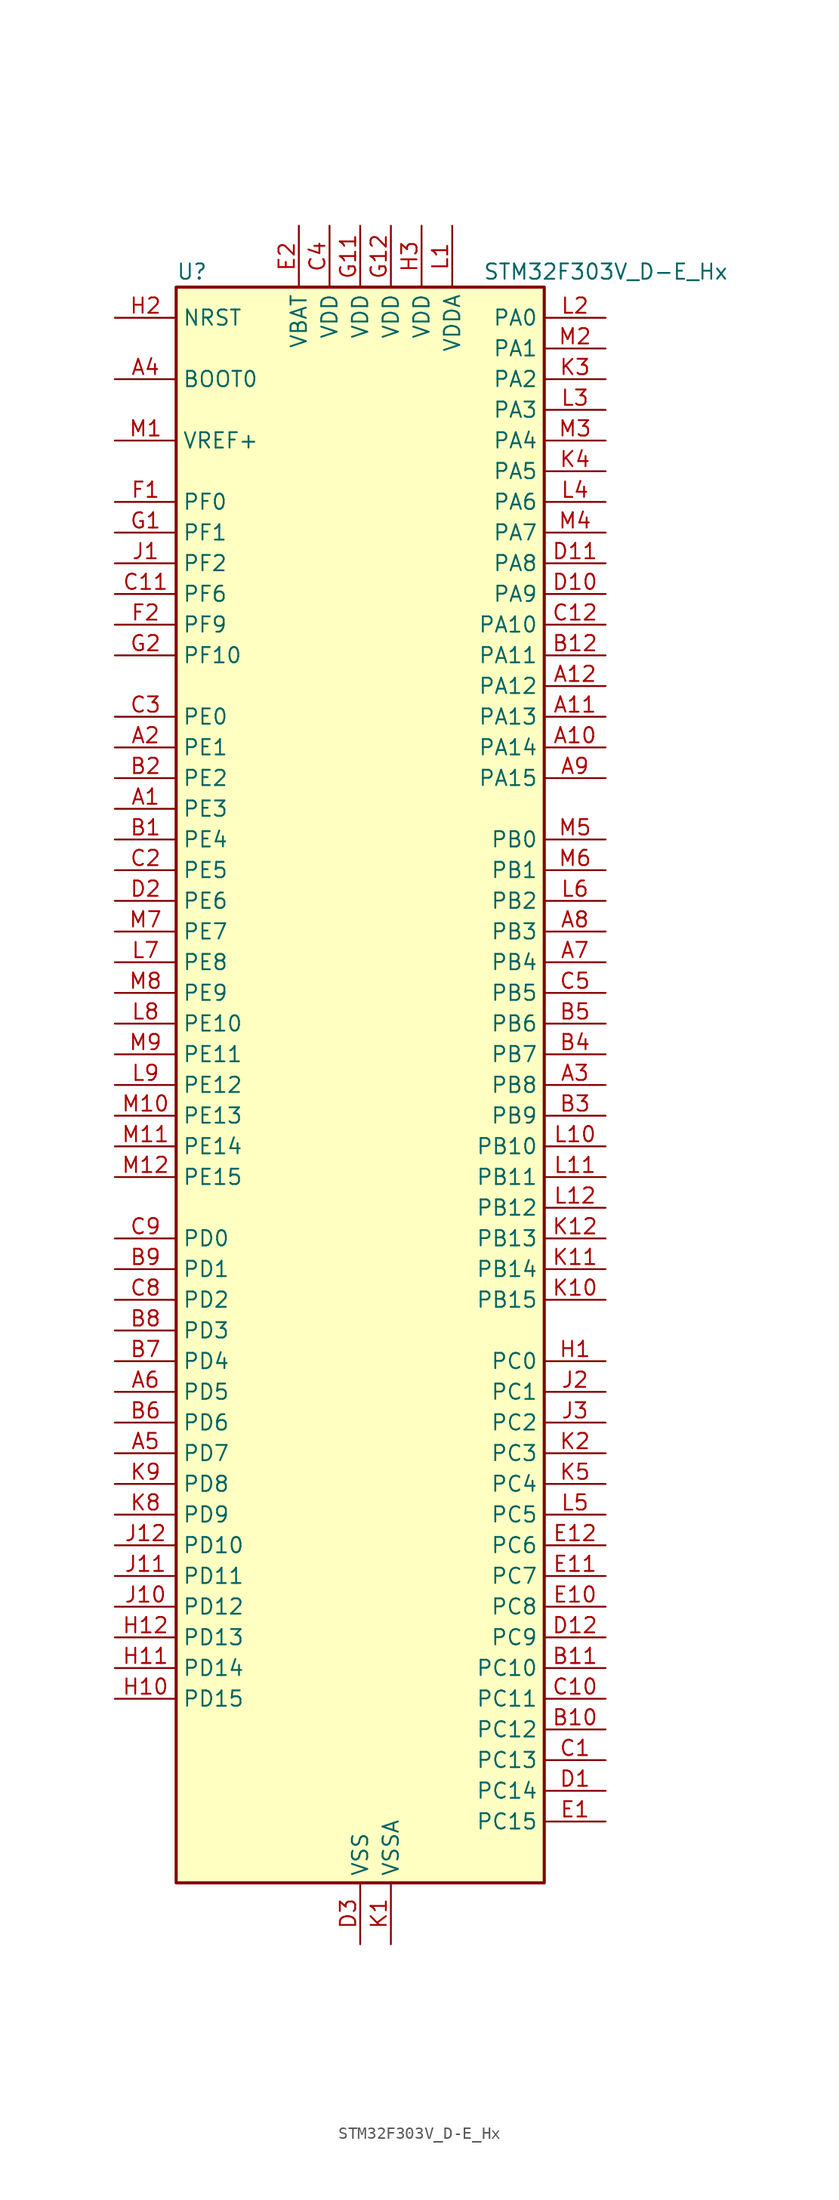
<source format=kicad_sym>
(kicad_symbol_lib
  (version 20220914)
  (generator kicad_symbol_editor)
  (symbol "STM32F303V_D-E_Hx"
    (property "Reference" "U"
      (at -15.24 67.31 0)
      (effects (font (size 1.27 1.27)) (justify left)))
    (property "Value" "STM32F303V_D-E_Hx"
      (at 10.16 67.31 0)
      (effects (font (size 1.27 1.27)) (justify left)))
    (property "ki_locked" ""
      (at 0 0 0)
      (effects (font (size 1.27 1.27))))
    (symbol "STM32F303V_D-E_Hx_0_1"
      (rectangle (start -15.24 -66.04) (end 15.24 66.04) (stroke (width 0.254) (type default)) (fill (type background))))
    (symbol "STM32F303V_D-E_Hx_1_1"
      (pin bidirectional line (at -20.32 22.86 0) (length 5.08) (name "PE3" (effects (font (size 1.27 1.27)))) (number "A1" (effects (font (size 1.27 1.27)))) (alternate "FMC_A19" bidirectional line) (alternate "SPI4_NSS" bidirectional line) (alternate "SYS_TRACED0" bidirectional line) (alternate "TIM20_CH2" bidirectional line) (alternate "TIM3_CH2" bidirectional line) (alternate "TSC_G7_IO2" bidirectional line))
      (pin bidirectional line (at 20.32 27.94 180) (length 5.08) (name "PA14" (effects (font (size 1.27 1.27)))) (number "A10" (effects (font (size 1.27 1.27)))) (alternate "I2C1_SDA" bidirectional line) (alternate "SYS_JTCK-SWCLK" bidirectional line) (alternate "TIM1_BKIN" bidirectional line) (alternate "TIM8_CH2" bidirectional line) (alternate "TSC_G4_IO4" bidirectional line) (alternate "USART2_TX" bidirectional line))
      (pin bidirectional line (at 20.32 30.48 180) (length 5.08) (name "PA13" (effects (font (size 1.27 1.27)))) (number "A11" (effects (font (size 1.27 1.27)))) (alternate "IR_OUT" bidirectional line) (alternate "SYS_JTMS-SWDIO" bidirectional line) (alternate "TIM16_CH1N" bidirectional line) (alternate "TIM4_CH3" bidirectional line) (alternate "TSC_G4_IO3" bidirectional line) (alternate "USART3_CTS" bidirectional line))
      (pin bidirectional line (at 20.32 33.02 180) (length 5.08) (name "PA12" (effects (font (size 1.27 1.27)))) (number "A12" (effects (font (size 1.27 1.27)))) (alternate "CAN_TX" bidirectional line) (alternate "COMP2_OUT" bidirectional line) (alternate "I2S_CKIN" bidirectional line) (alternate "TIM16_CH1" bidirectional line) (alternate "TIM1_CH2N" bidirectional line) (alternate "TIM1_ETR" bidirectional line) (alternate "TIM4_CH2" bidirectional line) (alternate "USART1_DE" bidirectional line) (alternate "USART1_RTS" bidirectional line) (alternate "USB_DP" bidirectional line))
      (pin bidirectional line (at -20.32 27.94 0) (length 5.08) (name "PE1" (effects (font (size 1.27 1.27)))) (number "A2" (effects (font (size 1.27 1.27)))) (alternate "FMC_NBL1" bidirectional line) (alternate "TIM17_CH1" bidirectional line) (alternate "TIM20_CH4" bidirectional line) (alternate "USART1_RX" bidirectional line))
      (pin bidirectional line (at 20.32 0 180) (length 5.08) (name "PB8" (effects (font (size 1.27 1.27)))) (number "A3" (effects (font (size 1.27 1.27)))) (alternate "CAN_RX" bidirectional line) (alternate "COMP1_OUT" bidirectional line) (alternate "I2C1_SCL" bidirectional line) (alternate "TIM16_CH1" bidirectional line) (alternate "TIM1_BKIN" bidirectional line) (alternate "TIM4_CH3" bidirectional line) (alternate "TIM8_CH2" bidirectional line) (alternate "TSC_SYNC" bidirectional line) (alternate "USART3_RX" bidirectional line))
      (pin input line (at -20.32 58.42 0) (length 5.08) (name "BOOT0" (effects (font (size 1.27 1.27)))) (number "A4" (effects (font (size 1.27 1.27)))))
      (pin bidirectional line (at -20.32 -30.48 0) (length 5.08) (name "PD7" (effects (font (size 1.27 1.27)))) (number "A5" (effects (font (size 1.27 1.27)))) (alternate "FMC_NCE2" bidirectional line) (alternate "FMC_NE1" bidirectional line) (alternate "TIM2_CH3" bidirectional line) (alternate "USART2_CK" bidirectional line))
      (pin bidirectional line (at -20.32 -25.4 0) (length 5.08) (name "PD5" (effects (font (size 1.27 1.27)))) (number "A6" (effects (font (size 1.27 1.27)))) (alternate "FMC_NWE" bidirectional line) (alternate "USART2_TX" bidirectional line))
      (pin bidirectional line (at 20.32 10.16 180) (length 5.08) (name "PB4" (effects (font (size 1.27 1.27)))) (number "A7" (effects (font (size 1.27 1.27)))) (alternate "I2S3_ext_SD" bidirectional line) (alternate "SPI1_MISO" bidirectional line) (alternate "SPI3_MISO" bidirectional line) (alternate "SYS_NJTRST" bidirectional line) (alternate "TIM16_CH1" bidirectional line) (alternate "TIM17_BKIN" bidirectional line) (alternate "TIM3_CH1" bidirectional line) (alternate "TIM8_CH2N" bidirectional line) (alternate "TSC_G5_IO2" bidirectional line) (alternate "USART2_RX" bidirectional line))
      (pin bidirectional line (at 20.32 12.7 180) (length 5.08) (name "PB3" (effects (font (size 1.27 1.27)))) (number "A8" (effects (font (size 1.27 1.27)))) (alternate "I2S3_CK" bidirectional line) (alternate "SPI1_SCK" bidirectional line) (alternate "SPI3_SCK" bidirectional line) (alternate "SYS_JTDO-TRACESWO" bidirectional line) (alternate "TIM2_CH2" bidirectional line) (alternate "TIM3_ETR" bidirectional line) (alternate "TIM4_ETR" bidirectional line) (alternate "TIM8_CH1N" bidirectional line) (alternate "TSC_G5_IO1" bidirectional line) (alternate "USART2_TX" bidirectional line))
      (pin bidirectional line (at 20.32 25.4 180) (length 5.08) (name "PA15" (effects (font (size 1.27 1.27)))) (number "A9" (effects (font (size 1.27 1.27)))) (alternate "ADC1_EXTI15" bidirectional line) (alternate "ADC2_EXTI15" bidirectional line) (alternate "ADC3_EXTI15" bidirectional line) (alternate "ADC4_EXTI15" bidirectional line) (alternate "I2C1_SCL" bidirectional line) (alternate "I2S3_WS" bidirectional line) (alternate "SPI1_NSS" bidirectional line) (alternate "SPI3_NSS" bidirectional line) (alternate "SYS_JTDI" bidirectional line) (alternate "TIM1_BKIN" bidirectional line) (alternate "TIM2_CH1" bidirectional line) (alternate "TIM2_ETR" bidirectional line) (alternate "TIM8_CH1" bidirectional line) (alternate "TSC_SYNC" bidirectional line) (alternate "USART2_RX" bidirectional line))
      (pin bidirectional line (at -20.32 20.32 0) (length 5.08) (name "PE4" (effects (font (size 1.27 1.27)))) (number "B1" (effects (font (size 1.27 1.27)))) (alternate "FMC_A20" bidirectional line) (alternate "SPI4_NSS" bidirectional line) (alternate "SYS_TRACED1" bidirectional line) (alternate "TIM20_CH1N" bidirectional line) (alternate "TIM3_CH3" bidirectional line) (alternate "TSC_G7_IO3" bidirectional line))
      (pin bidirectional line (at 20.32 -53.34 180) (length 5.08) (name "PC12" (effects (font (size 1.27 1.27)))) (number "B10" (effects (font (size 1.27 1.27)))) (alternate "I2S3_SD" bidirectional line) (alternate "SPI3_MOSI" bidirectional line) (alternate "TIM8_CH3N" bidirectional line) (alternate "UART5_TX" bidirectional line) (alternate "USART3_CK" bidirectional line))
      (pin bidirectional line (at 20.32 -48.26 180) (length 5.08) (name "PC10" (effects (font (size 1.27 1.27)))) (number "B11" (effects (font (size 1.27 1.27)))) (alternate "I2S3_CK" bidirectional line) (alternate "SPI3_SCK" bidirectional line) (alternate "TIM8_CH1N" bidirectional line) (alternate "UART4_TX" bidirectional line) (alternate "USART3_TX" bidirectional line))
      (pin bidirectional line (at 20.32 35.56 180) (length 5.08) (name "PA11" (effects (font (size 1.27 1.27)))) (number "B12" (effects (font (size 1.27 1.27)))) (alternate "ADC1_EXTI11" bidirectional line) (alternate "ADC2_EXTI11" bidirectional line) (alternate "CAN_RX" bidirectional line) (alternate "COMP1_OUT" bidirectional line) (alternate "I2S2_SD" bidirectional line) (alternate "SPI2_MOSI" bidirectional line) (alternate "TIM1_BKIN2" bidirectional line) (alternate "TIM1_CH1N" bidirectional line) (alternate "TIM1_CH4" bidirectional line) (alternate "TIM4_CH1" bidirectional line) (alternate "USART1_CTS" bidirectional line) (alternate "USB_DM" bidirectional line))
      (pin bidirectional line (at -20.32 25.4 0) (length 5.08) (name "PE2" (effects (font (size 1.27 1.27)))) (number "B2" (effects (font (size 1.27 1.27)))) (alternate "ADC3_EXTI2" bidirectional line) (alternate "ADC4_EXTI2" bidirectional line) (alternate "FMC_A23" bidirectional line) (alternate "SPI4_SCK" bidirectional line) (alternate "SYS_TRACECK" bidirectional line) (alternate "TIM20_CH1" bidirectional line) (alternate "TIM3_CH1" bidirectional line) (alternate "TSC_G7_IO1" bidirectional line))
      (pin bidirectional line (at 20.32 -2.54 180) (length 5.08) (name "PB9" (effects (font (size 1.27 1.27)))) (number "B3" (effects (font (size 1.27 1.27)))) (alternate "CAN_TX" bidirectional line) (alternate "COMP2_OUT" bidirectional line) (alternate "DAC1_EXTI9" bidirectional line) (alternate "I2C1_SDA" bidirectional line) (alternate "IR_OUT" bidirectional line) (alternate "TIM17_CH1" bidirectional line) (alternate "TIM4_CH4" bidirectional line) (alternate "TIM8_CH3" bidirectional line) (alternate "USART3_TX" bidirectional line))
      (pin bidirectional line (at 20.32 2.54 180) (length 5.08) (name "PB7" (effects (font (size 1.27 1.27)))) (number "B4" (effects (font (size 1.27 1.27)))) (alternate "FMC_NL" bidirectional line) (alternate "I2C1_SDA" bidirectional line) (alternate "TIM17_CH1N" bidirectional line) (alternate "TIM3_CH4" bidirectional line) (alternate "TIM4_CH2" bidirectional line) (alternate "TIM8_BKIN" bidirectional line) (alternate "TSC_G5_IO4" bidirectional line) (alternate "USART1_RX" bidirectional line))
      (pin bidirectional line (at 20.32 5.08 180) (length 5.08) (name "PB6" (effects (font (size 1.27 1.27)))) (number "B5" (effects (font (size 1.27 1.27)))) (alternate "I2C1_SCL" bidirectional line) (alternate "TIM16_CH1N" bidirectional line) (alternate "TIM4_CH1" bidirectional line) (alternate "TIM8_BKIN2" bidirectional line) (alternate "TIM8_CH1" bidirectional line) (alternate "TIM8_ETR" bidirectional line) (alternate "TSC_G5_IO3" bidirectional line) (alternate "USART1_TX" bidirectional line))
      (pin bidirectional line (at -20.32 -27.94 0) (length 5.08) (name "PD6" (effects (font (size 1.27 1.27)))) (number "B6" (effects (font (size 1.27 1.27)))) (alternate "FMC_NWAIT" bidirectional line) (alternate "TIM2_CH4" bidirectional line) (alternate "USART2_RX" bidirectional line))
      (pin bidirectional line (at -20.32 -22.86 0) (length 5.08) (name "PD4" (effects (font (size 1.27 1.27)))) (number "B7" (effects (font (size 1.27 1.27)))) (alternate "FMC_NOE" bidirectional line) (alternate "TIM2_CH2" bidirectional line) (alternate "USART2_DE" bidirectional line) (alternate "USART2_RTS" bidirectional line))
      (pin bidirectional line (at -20.32 -20.32 0) (length 5.08) (name "PD3" (effects (font (size 1.27 1.27)))) (number "B8" (effects (font (size 1.27 1.27)))) (alternate "FMC_CLK" bidirectional line) (alternate "TIM2_CH1" bidirectional line) (alternate "TIM2_ETR" bidirectional line) (alternate "USART2_CTS" bidirectional line))
      (pin bidirectional line (at -20.32 -15.24 0) (length 5.08) (name "PD1" (effects (font (size 1.27 1.27)))) (number "B9" (effects (font (size 1.27 1.27)))) (alternate "CAN_TX" bidirectional line) (alternate "FMC_D3" bidirectional line) (alternate "FMC_DA3" bidirectional line) (alternate "TIM8_BKIN2" bidirectional line) (alternate "TIM8_CH4" bidirectional line))
      (pin bidirectional line (at 20.32 -55.88 180) (length 5.08) (name "PC13" (effects (font (size 1.27 1.27)))) (number "C1" (effects (font (size 1.27 1.27)))) (alternate "RTC_OUT_ALARM" bidirectional line) (alternate "RTC_OUT_CALIB" bidirectional line) (alternate "RTC_TAMP1" bidirectional line) (alternate "RTC_TS" bidirectional line) (alternate "SYS_WKUP2" bidirectional line) (alternate "TIM1_CH1N" bidirectional line))
      (pin bidirectional line (at 20.32 -50.8 180) (length 5.08) (name "PC11" (effects (font (size 1.27 1.27)))) (number "C10" (effects (font (size 1.27 1.27)))) (alternate "ADC1_EXTI11" bidirectional line) (alternate "ADC2_EXTI11" bidirectional line) (alternate "I2S3_ext_SD" bidirectional line) (alternate "SPI3_MISO" bidirectional line) (alternate "TIM8_CH2N" bidirectional line) (alternate "UART4_RX" bidirectional line) (alternate "USART3_RX" bidirectional line))
      (pin bidirectional line (at -20.32 40.64 0) (length 5.08) (name "PF6" (effects (font (size 1.27 1.27)))) (number "C11" (effects (font (size 1.27 1.27)))) (alternate "FMC_NIORD" bidirectional line) (alternate "I2C2_SCL" bidirectional line) (alternate "TIM4_CH4" bidirectional line) (alternate "USART3_DE" bidirectional line) (alternate "USART3_RTS" bidirectional line))
      (pin bidirectional line (at 20.32 38.1 180) (length 5.08) (name "PA10" (effects (font (size 1.27 1.27)))) (number "C12" (effects (font (size 1.27 1.27)))) (alternate "COMP6_OUT" bidirectional line) (alternate "I2C2_SDA" bidirectional line) (alternate "I2S2_ext_SD" bidirectional line) (alternate "SPI2_MISO" bidirectional line) (alternate "TIM17_BKIN" bidirectional line) (alternate "TIM1_CH3" bidirectional line) (alternate "TIM2_CH4" bidirectional line) (alternate "TIM8_BKIN" bidirectional line) (alternate "TSC_G4_IO2" bidirectional line) (alternate "USART1_RX" bidirectional line))
      (pin bidirectional line (at -20.32 17.78 0) (length 5.08) (name "PE5" (effects (font (size 1.27 1.27)))) (number "C2" (effects (font (size 1.27 1.27)))) (alternate "FMC_A21" bidirectional line) (alternate "SPI4_MISO" bidirectional line) (alternate "SYS_TRACED2" bidirectional line) (alternate "TIM20_CH2N" bidirectional line) (alternate "TIM3_CH4" bidirectional line) (alternate "TSC_G7_IO4" bidirectional line))
      (pin bidirectional line (at -20.32 30.48 0) (length 5.08) (name "PE0" (effects (font (size 1.27 1.27)))) (number "C3" (effects (font (size 1.27 1.27)))) (alternate "FMC_NBL0" bidirectional line) (alternate "TIM16_CH1" bidirectional line) (alternate "TIM20_ETR" bidirectional line) (alternate "TIM4_ETR" bidirectional line) (alternate "USART1_TX" bidirectional line))
      (pin power_in line (at -2.54 71.12 270) (length 5.08) (name "VDD" (effects (font (size 1.27 1.27)))) (number "C4" (effects (font (size 1.27 1.27)))))
      (pin bidirectional line (at 20.32 7.62 180) (length 5.08) (name "PB5" (effects (font (size 1.27 1.27)))) (number "C5" (effects (font (size 1.27 1.27)))) (alternate "I2C1_SMBA" bidirectional line) (alternate "I2C3_SDA" bidirectional line) (alternate "I2S3_SD" bidirectional line) (alternate "SPI1_MOSI" bidirectional line) (alternate "SPI3_MOSI" bidirectional line) (alternate "TIM16_BKIN" bidirectional line) (alternate "TIM17_CH1" bidirectional line) (alternate "TIM3_CH2" bidirectional line) (alternate "TIM8_CH3N" bidirectional line) (alternate "USART2_CK" bidirectional line))
      (pin bidirectional line (at -20.32 -17.78 0) (length 5.08) (name "PD2" (effects (font (size 1.27 1.27)))) (number "C8" (effects (font (size 1.27 1.27)))) (alternate "ADC3_EXTI2" bidirectional line) (alternate "ADC4_EXTI2" bidirectional line) (alternate "TIM3_ETR" bidirectional line) (alternate "TIM8_BKIN" bidirectional line) (alternate "UART5_RX" bidirectional line))
      (pin bidirectional line (at -20.32 -12.7 0) (length 5.08) (name "PD0" (effects (font (size 1.27 1.27)))) (number "C9" (effects (font (size 1.27 1.27)))) (alternate "CAN_RX" bidirectional line) (alternate "FMC_D2" bidirectional line) (alternate "FMC_DA2" bidirectional line))
      (pin bidirectional line (at 20.32 -58.42 180) (length 5.08) (name "PC14" (effects (font (size 1.27 1.27)))) (number "D1" (effects (font (size 1.27 1.27)))) (alternate "RCC_OSC32_IN" bidirectional line))
      (pin bidirectional line (at 20.32 40.64 180) (length 5.08) (name "PA9" (effects (font (size 1.27 1.27)))) (number "D10" (effects (font (size 1.27 1.27)))) (alternate "COMP5_OUT" bidirectional line) (alternate "DAC1_EXTI9" bidirectional line) (alternate "I2C2_SCL" bidirectional line) (alternate "I2C3_SMBA" bidirectional line) (alternate "I2S3_MCK" bidirectional line) (alternate "TIM15_BKIN" bidirectional line) (alternate "TIM1_CH2" bidirectional line) (alternate "TIM2_CH3" bidirectional line) (alternate "TSC_G4_IO1" bidirectional line) (alternate "USART1_TX" bidirectional line))
      (pin bidirectional line (at 20.32 43.18 180) (length 5.08) (name "PA8" (effects (font (size 1.27 1.27)))) (number "D11" (effects (font (size 1.27 1.27)))) (alternate "COMP3_OUT" bidirectional line) (alternate "I2C2_SMBA" bidirectional line) (alternate "I2C3_SCL" bidirectional line) (alternate "I2S2_MCK" bidirectional line) (alternate "RCC_MCO" bidirectional line) (alternate "TIM1_CH1" bidirectional line) (alternate "TIM4_ETR" bidirectional line) (alternate "USART1_CK" bidirectional line))
      (pin bidirectional line (at 20.32 -45.72 180) (length 5.08) (name "PC9" (effects (font (size 1.27 1.27)))) (number "D12" (effects (font (size 1.27 1.27)))) (alternate "DAC1_EXTI9" bidirectional line) (alternate "I2C3_SDA" bidirectional line) (alternate "I2S_CKIN" bidirectional line) (alternate "TIM3_CH4" bidirectional line) (alternate "TIM8_BKIN2" bidirectional line) (alternate "TIM8_CH4" bidirectional line))
      (pin bidirectional line (at -20.32 15.24 0) (length 5.08) (name "PE6" (effects (font (size 1.27 1.27)))) (number "D2" (effects (font (size 1.27 1.27)))) (alternate "FMC_A22" bidirectional line) (alternate "RTC_TAMP3" bidirectional line) (alternate "SPI4_MOSI" bidirectional line) (alternate "SYS_TRACED3" bidirectional line) (alternate "SYS_WKUP3" bidirectional line) (alternate "TIM20_CH3N" bidirectional line))
      (pin power_in line (at 0 -71.12 90) (length 5.08) (name "VSS" (effects (font (size 1.27 1.27)))) (number "D3" (effects (font (size 1.27 1.27)))))
      (pin bidirectional line (at 20.32 -60.96 180) (length 5.08) (name "PC15" (effects (font (size 1.27 1.27)))) (number "E1" (effects (font (size 1.27 1.27)))) (alternate "ADC1_EXTI15" bidirectional line) (alternate "ADC2_EXTI15" bidirectional line) (alternate "ADC3_EXTI15" bidirectional line) (alternate "ADC4_EXTI15" bidirectional line) (alternate "RCC_OSC32_OUT" bidirectional line))
      (pin bidirectional line (at 20.32 -43.18 180) (length 5.08) (name "PC8" (effects (font (size 1.27 1.27)))) (number "E10" (effects (font (size 1.27 1.27)))) (alternate "COMP3_OUT" bidirectional line) (alternate "TIM3_CH3" bidirectional line) (alternate "TIM8_CH3" bidirectional line))
      (pin bidirectional line (at 20.32 -40.64 180) (length 5.08) (name "PC7" (effects (font (size 1.27 1.27)))) (number "E11" (effects (font (size 1.27 1.27)))) (alternate "COMP5_OUT" bidirectional line) (alternate "I2S3_MCK" bidirectional line) (alternate "TIM3_CH2" bidirectional line) (alternate "TIM8_CH2" bidirectional line))
      (pin bidirectional line (at 20.32 -38.1 180) (length 5.08) (name "PC6" (effects (font (size 1.27 1.27)))) (number "E12" (effects (font (size 1.27 1.27)))) (alternate "COMP6_OUT" bidirectional line) (alternate "I2S2_MCK" bidirectional line) (alternate "TIM3_CH1" bidirectional line) (alternate "TIM8_CH1" bidirectional line))
      (pin power_in line (at -5.08 71.12 270) (length 5.08) (name "VBAT" (effects (font (size 1.27 1.27)))) (number "E2" (effects (font (size 1.27 1.27)))))
      (pin passive line (at 0 -71.12 90) (length 5.08) hide (name "VSS" (effects (font (size 1.27 1.27)))) (number "E3" (effects (font (size 1.27 1.27)))))
      (pin bidirectional line (at -20.32 48.26 0) (length 5.08) (name "PF0" (effects (font (size 1.27 1.27)))) (number "F1" (effects (font (size 1.27 1.27)))) (alternate "I2C2_SDA" bidirectional line) (alternate "I2S2_WS" bidirectional line) (alternate "RCC_OSC_IN" bidirectional line) (alternate "SPI2_NSS" bidirectional line) (alternate "TIM1_CH3N" bidirectional line))
      (pin passive line (at 0 -71.12 90) (length 5.08) hide (name "VSS" (effects (font (size 1.27 1.27)))) (number "F11" (effects (font (size 1.27 1.27)))))
      (pin passive line (at 0 -71.12 90) (length 5.08) hide (name "VSS" (effects (font (size 1.27 1.27)))) (number "F12" (effects (font (size 1.27 1.27)))))
      (pin bidirectional line (at -20.32 38.1 0) (length 5.08) (name "PF9" (effects (font (size 1.27 1.27)))) (number "F2" (effects (font (size 1.27 1.27)))) (alternate "DAC1_EXTI9" bidirectional line) (alternate "FMC_CD" bidirectional line) (alternate "SPI2_SCK" bidirectional line) (alternate "TIM15_CH1" bidirectional line) (alternate "TIM20_BKIN" bidirectional line))
      (pin bidirectional line (at -20.32 45.72 0) (length 5.08) (name "PF1" (effects (font (size 1.27 1.27)))) (number "G1" (effects (font (size 1.27 1.27)))) (alternate "I2C2_SCL" bidirectional line) (alternate "I2S2_CK" bidirectional line) (alternate "RCC_OSC_OUT" bidirectional line) (alternate "SPI2_SCK" bidirectional line))
      (pin power_in line (at 0 71.12 270) (length 5.08) (name "VDD" (effects (font (size 1.27 1.27)))) (number "G11" (effects (font (size 1.27 1.27)))))
      (pin power_in line (at 2.54 71.12 270) (length 5.08) (name "VDD" (effects (font (size 1.27 1.27)))) (number "G12" (effects (font (size 1.27 1.27)))))
      (pin bidirectional line (at -20.32 35.56 0) (length 5.08) (name "PF10" (effects (font (size 1.27 1.27)))) (number "G2" (effects (font (size 1.27 1.27)))) (alternate "FMC_INTR" bidirectional line) (alternate "SPI2_SCK" bidirectional line) (alternate "TIM15_CH2" bidirectional line) (alternate "TIM20_BKIN2" bidirectional line))
      (pin bidirectional line (at 20.32 -22.86 180) (length 5.08) (name "PC0" (effects (font (size 1.27 1.27)))) (number "H1" (effects (font (size 1.27 1.27)))) (alternate "ADC1_IN6" bidirectional line) (alternate "ADC2_IN6" bidirectional line) (alternate "COMP7_INM" bidirectional line) (alternate "TIM1_CH1" bidirectional line))
      (pin bidirectional line (at -20.32 -50.8 0) (length 5.08) (name "PD15" (effects (font (size 1.27 1.27)))) (number "H10" (effects (font (size 1.27 1.27)))) (alternate "ADC1_EXTI15" bidirectional line) (alternate "ADC2_EXTI15" bidirectional line) (alternate "ADC3_EXTI15" bidirectional line) (alternate "ADC4_EXTI15" bidirectional line) (alternate "COMP3_INM" bidirectional line) (alternate "FMC_D1" bidirectional line) (alternate "FMC_DA1" bidirectional line) (alternate "SPI2_NSS" bidirectional line) (alternate "TIM4_CH4" bidirectional line) (alternate "TSC_G8_IO4" bidirectional line))
      (pin bidirectional line (at -20.32 -48.26 0) (length 5.08) (name "PD14" (effects (font (size 1.27 1.27)))) (number "H11" (effects (font (size 1.27 1.27)))) (alternate "ADC3_IN11" bidirectional line) (alternate "ADC4_IN11" bidirectional line) (alternate "FMC_D0" bidirectional line) (alternate "FMC_DA0" bidirectional line) (alternate "OPAMP2_VINP" bidirectional line) (alternate "OPAMP2_VINP_SEC" bidirectional line) (alternate "TIM4_CH3" bidirectional line) (alternate "TSC_G8_IO3" bidirectional line))
      (pin bidirectional line (at -20.32 -45.72 0) (length 5.08) (name "PD13" (effects (font (size 1.27 1.27)))) (number "H12" (effects (font (size 1.27 1.27)))) (alternate "ADC3_IN10" bidirectional line) (alternate "ADC4_IN10" bidirectional line) (alternate "COMP5_INM" bidirectional line) (alternate "FMC_A18" bidirectional line) (alternate "TIM4_CH2" bidirectional line) (alternate "TSC_G8_IO2" bidirectional line))
      (pin input line (at -20.32 63.5 0) (length 5.08) (name "NRST" (effects (font (size 1.27 1.27)))) (number "H2" (effects (font (size 1.27 1.27)))))
      (pin power_in line (at 5.08 71.12 270) (length 5.08) (name "VDD" (effects (font (size 1.27 1.27)))) (number "H3" (effects (font (size 1.27 1.27)))))
      (pin bidirectional line (at -20.32 43.18 0) (length 5.08) (name "PF2" (effects (font (size 1.27 1.27)))) (number "J1" (effects (font (size 1.27 1.27)))) (alternate "ADC1_IN10" bidirectional line) (alternate "ADC2_IN10" bidirectional line) (alternate "ADC3_EXTI2" bidirectional line) (alternate "ADC4_EXTI2" bidirectional line) (alternate "FMC_A2" bidirectional line) (alternate "TIM20_CH3" bidirectional line))
      (pin bidirectional line (at -20.32 -43.18 0) (length 5.08) (name "PD12" (effects (font (size 1.27 1.27)))) (number "J10" (effects (font (size 1.27 1.27)))) (alternate "ADC3_IN9" bidirectional line) (alternate "ADC4_IN9" bidirectional line) (alternate "FMC_A17" bidirectional line) (alternate "FMC_ALE" bidirectional line) (alternate "TIM4_CH1" bidirectional line) (alternate "TSC_G8_IO1" bidirectional line) (alternate "USART3_DE" bidirectional line) (alternate "USART3_RTS" bidirectional line))
      (pin bidirectional line (at -20.32 -40.64 0) (length 5.08) (name "PD11" (effects (font (size 1.27 1.27)))) (number "J11" (effects (font (size 1.27 1.27)))) (alternate "ADC1_EXTI11" bidirectional line) (alternate "ADC2_EXTI11" bidirectional line) (alternate "ADC3_IN8" bidirectional line) (alternate "ADC4_IN8" bidirectional line) (alternate "FMC_A16" bidirectional line) (alternate "FMC_CLE" bidirectional line) (alternate "OPAMP4_VINP" bidirectional line) (alternate "OPAMP4_VINP_SEC" bidirectional line) (alternate "USART3_CTS" bidirectional line))
      (pin bidirectional line (at -20.32 -38.1 0) (length 5.08) (name "PD10" (effects (font (size 1.27 1.27)))) (number "J12" (effects (font (size 1.27 1.27)))) (alternate "ADC3_IN7" bidirectional line) (alternate "ADC4_IN7" bidirectional line) (alternate "COMP6_INM" bidirectional line) (alternate "FMC_D15" bidirectional line) (alternate "FMC_DA15" bidirectional line) (alternate "USART3_CK" bidirectional line))
      (pin bidirectional line (at 20.32 -25.4 180) (length 5.08) (name "PC1" (effects (font (size 1.27 1.27)))) (number "J2" (effects (font (size 1.27 1.27)))) (alternate "ADC1_IN7" bidirectional line) (alternate "ADC2_IN7" bidirectional line) (alternate "COMP7_INP" bidirectional line) (alternate "TIM1_CH2" bidirectional line))
      (pin bidirectional line (at 20.32 -27.94 180) (length 5.08) (name "PC2" (effects (font (size 1.27 1.27)))) (number "J3" (effects (font (size 1.27 1.27)))) (alternate "ADC1_IN8" bidirectional line) (alternate "ADC2_IN8" bidirectional line) (alternate "ADC3_EXTI2" bidirectional line) (alternate "ADC4_EXTI2" bidirectional line) (alternate "COMP7_OUT" bidirectional line) (alternate "TIM1_CH3" bidirectional line))
      (pin power_in line (at 2.54 -71.12 90) (length 5.08) (name "VSSA" (effects (font (size 1.27 1.27)))) (number "K1" (effects (font (size 1.27 1.27)))))
      (pin bidirectional line (at 20.32 -17.78 180) (length 5.08) (name "PB15" (effects (font (size 1.27 1.27)))) (number "K10" (effects (font (size 1.27 1.27)))) (alternate "ADC1_EXTI15" bidirectional line) (alternate "ADC2_EXTI15" bidirectional line) (alternate "ADC3_EXTI15" bidirectional line) (alternate "ADC4_EXTI15" bidirectional line) (alternate "ADC4_IN5" bidirectional line) (alternate "COMP6_INM" bidirectional line) (alternate "I2S2_SD" bidirectional line) (alternate "RTC_REFIN" bidirectional line) (alternate "SPI2_MOSI" bidirectional line) (alternate "TIM15_CH1N" bidirectional line) (alternate "TIM15_CH2" bidirectional line) (alternate "TIM1_CH3N" bidirectional line))
      (pin bidirectional line (at 20.32 -15.24 180) (length 5.08) (name "PB14" (effects (font (size 1.27 1.27)))) (number "K11" (effects (font (size 1.27 1.27)))) (alternate "ADC4_IN4" bidirectional line) (alternate "COMP3_INP" bidirectional line) (alternate "I2S2_ext_SD" bidirectional line) (alternate "OPAMP2_VINP" bidirectional line) (alternate "OPAMP2_VINP_SEC" bidirectional line) (alternate "SPI2_MISO" bidirectional line) (alternate "TIM15_CH1" bidirectional line) (alternate "TIM1_CH2N" bidirectional line) (alternate "TSC_G6_IO4" bidirectional line) (alternate "USART3_DE" bidirectional line) (alternate "USART3_RTS" bidirectional line))
      (pin bidirectional line (at 20.32 -12.7 180) (length 5.08) (name "PB13" (effects (font (size 1.27 1.27)))) (number "K12" (effects (font (size 1.27 1.27)))) (alternate "ADC3_IN5" bidirectional line) (alternate "COMP5_INP" bidirectional line) (alternate "I2S2_CK" bidirectional line) (alternate "OPAMP3_VINP" bidirectional line) (alternate "OPAMP3_VINP_SEC" bidirectional line) (alternate "OPAMP4_VINP" bidirectional line) (alternate "OPAMP4_VINP_SEC" bidirectional line) (alternate "SPI2_SCK" bidirectional line) (alternate "TIM1_CH1N" bidirectional line) (alternate "TSC_G6_IO3" bidirectional line) (alternate "USART3_CTS" bidirectional line))
      (pin bidirectional line (at 20.32 -30.48 180) (length 5.08) (name "PC3" (effects (font (size 1.27 1.27)))) (number "K2" (effects (font (size 1.27 1.27)))) (alternate "ADC1_IN9" bidirectional line) (alternate "ADC2_IN9" bidirectional line) (alternate "TIM1_BKIN2" bidirectional line) (alternate "TIM1_CH4" bidirectional line))
      (pin bidirectional line (at 20.32 58.42 180) (length 5.08) (name "PA2" (effects (font (size 1.27 1.27)))) (number "K3" (effects (font (size 1.27 1.27)))) (alternate "ADC1_IN3" bidirectional line) (alternate "ADC3_EXTI2" bidirectional line) (alternate "ADC4_EXTI2" bidirectional line) (alternate "COMP2_INM" bidirectional line) (alternate "COMP2_OUT" bidirectional line) (alternate "OPAMP1_VOUT" bidirectional line) (alternate "TIM15_CH1" bidirectional line) (alternate "TIM2_CH3" bidirectional line) (alternate "TSC_G1_IO3" bidirectional line) (alternate "USART2_TX" bidirectional line))
      (pin bidirectional line (at 20.32 50.8 180) (length 5.08) (name "PA5" (effects (font (size 1.27 1.27)))) (number "K4" (effects (font (size 1.27 1.27)))) (alternate "ADC2_IN2" bidirectional line) (alternate "COMP1_INM" bidirectional line) (alternate "COMP2_INM" bidirectional line) (alternate "COMP3_INM" bidirectional line) (alternate "COMP4_INM" bidirectional line) (alternate "COMP5_INM" bidirectional line) (alternate "COMP6_INM" bidirectional line) (alternate "COMP7_INM" bidirectional line) (alternate "DAC1_OUT2" bidirectional line) (alternate "OPAMP1_VINP" bidirectional line) (alternate "OPAMP1_VINP_SEC" bidirectional line) (alternate "OPAMP2_VINM" bidirectional line) (alternate "OPAMP2_VINM_SEC" bidirectional line) (alternate "OPAMP3_VINP" bidirectional line) (alternate "OPAMP3_VINP_SEC" bidirectional line) (alternate "SPI1_SCK" bidirectional line) (alternate "TIM2_CH1" bidirectional line) (alternate "TIM2_ETR" bidirectional line) (alternate "TSC_G2_IO2" bidirectional line))
      (pin bidirectional line (at 20.32 -33.02 180) (length 5.08) (name "PC4" (effects (font (size 1.27 1.27)))) (number "K5" (effects (font (size 1.27 1.27)))) (alternate "ADC2_IN5" bidirectional line) (alternate "TIM1_ETR" bidirectional line) (alternate "USART1_TX" bidirectional line))
      (pin bidirectional line (at -20.32 -35.56 0) (length 5.08) (name "PD9" (effects (font (size 1.27 1.27)))) (number "K8" (effects (font (size 1.27 1.27)))) (alternate "ADC4_IN13" bidirectional line) (alternate "DAC1_EXTI9" bidirectional line) (alternate "FMC_D14" bidirectional line) (alternate "FMC_DA14" bidirectional line) (alternate "USART3_RX" bidirectional line))
      (pin bidirectional line (at -20.32 -33.02 0) (length 5.08) (name "PD8" (effects (font (size 1.27 1.27)))) (number "K9" (effects (font (size 1.27 1.27)))) (alternate "ADC4_IN12" bidirectional line) (alternate "FMC_D13" bidirectional line) (alternate "FMC_DA13" bidirectional line) (alternate "OPAMP4_VINM" bidirectional line) (alternate "OPAMP4_VINM_SEC" bidirectional line) (alternate "USART3_TX" bidirectional line))
      (pin power_in line (at 7.62 71.12 270) (length 5.08) (name "VDDA" (effects (font (size 1.27 1.27)))) (number "L1" (effects (font (size 1.27 1.27)))))
      (pin bidirectional line (at 20.32 -5.08 180) (length 5.08) (name "PB10" (effects (font (size 1.27 1.27)))) (number "L10" (effects (font (size 1.27 1.27)))) (alternate "COMP5_INM" bidirectional line) (alternate "OPAMP3_VINM" bidirectional line) (alternate "OPAMP3_VINM_SEC" bidirectional line) (alternate "OPAMP4_VINM" bidirectional line) (alternate "OPAMP4_VINM_SEC" bidirectional line) (alternate "TIM2_CH3" bidirectional line) (alternate "TSC_SYNC" bidirectional line) (alternate "USART3_TX" bidirectional line))
      (pin bidirectional line (at 20.32 -7.62 180) (length 5.08) (name "PB11" (effects (font (size 1.27 1.27)))) (number "L11" (effects (font (size 1.27 1.27)))) (alternate "ADC1_EXTI11" bidirectional line) (alternate "ADC1_IN14" bidirectional line) (alternate "ADC2_EXTI11" bidirectional line) (alternate "ADC2_IN14" bidirectional line) (alternate "COMP6_INP" bidirectional line) (alternate "OPAMP4_VINP" bidirectional line) (alternate "OPAMP4_VINP_SEC" bidirectional line) (alternate "TIM2_CH4" bidirectional line) (alternate "TSC_G6_IO1" bidirectional line) (alternate "USART3_RX" bidirectional line))
      (pin bidirectional line (at 20.32 -10.16 180) (length 5.08) (name "PB12" (effects (font (size 1.27 1.27)))) (number "L12" (effects (font (size 1.27 1.27)))) (alternate "ADC4_IN3" bidirectional line) (alternate "COMP3_INM" bidirectional line) (alternate "I2C2_SMBA" bidirectional line) (alternate "I2S2_WS" bidirectional line) (alternate "OPAMP4_VOUT" bidirectional line) (alternate "SPI2_NSS" bidirectional line) (alternate "TIM1_BKIN" bidirectional line) (alternate "TSC_G6_IO2" bidirectional line) (alternate "USART3_CK" bidirectional line))
      (pin bidirectional line (at 20.32 63.5 180) (length 5.08) (name "PA0" (effects (font (size 1.27 1.27)))) (number "L2" (effects (font (size 1.27 1.27)))) (alternate "ADC1_IN1" bidirectional line) (alternate "COMP1_INM" bidirectional line) (alternate "COMP1_OUT" bidirectional line) (alternate "RTC_TAMP2" bidirectional line) (alternate "SYS_WKUP1" bidirectional line) (alternate "TIM2_CH1" bidirectional line) (alternate "TIM2_ETR" bidirectional line) (alternate "TIM8_BKIN" bidirectional line) (alternate "TIM8_ETR" bidirectional line) (alternate "TSC_G1_IO1" bidirectional line) (alternate "USART2_CTS" bidirectional line))
      (pin bidirectional line (at 20.32 55.88 180) (length 5.08) (name "PA3" (effects (font (size 1.27 1.27)))) (number "L3" (effects (font (size 1.27 1.27)))) (alternate "ADC1_IN4" bidirectional line) (alternate "OPAMP1_VINM" bidirectional line) (alternate "OPAMP1_VINM_SEC" bidirectional line) (alternate "OPAMP1_VINP" bidirectional line) (alternate "OPAMP1_VINP_SEC" bidirectional line) (alternate "TIM15_CH2" bidirectional line) (alternate "TIM2_CH4" bidirectional line) (alternate "TSC_G1_IO4" bidirectional line) (alternate "USART2_RX" bidirectional line))
      (pin bidirectional line (at 20.32 48.26 180) (length 5.08) (name "PA6" (effects (font (size 1.27 1.27)))) (number "L4" (effects (font (size 1.27 1.27)))) (alternate "ADC2_IN3" bidirectional line) (alternate "COMP1_OUT" bidirectional line) (alternate "OPAMP2_VOUT" bidirectional line) (alternate "SPI1_MISO" bidirectional line) (alternate "TIM16_CH1" bidirectional line) (alternate "TIM1_BKIN" bidirectional line) (alternate "TIM3_CH1" bidirectional line) (alternate "TIM8_BKIN" bidirectional line) (alternate "TSC_G2_IO3" bidirectional line))
      (pin bidirectional line (at 20.32 -35.56 180) (length 5.08) (name "PC5" (effects (font (size 1.27 1.27)))) (number "L5" (effects (font (size 1.27 1.27)))) (alternate "ADC2_IN11" bidirectional line) (alternate "OPAMP1_VINM" bidirectional line) (alternate "OPAMP1_VINM_SEC" bidirectional line) (alternate "OPAMP2_VINM" bidirectional line) (alternate "OPAMP2_VINM_SEC" bidirectional line) (alternate "TIM15_BKIN" bidirectional line) (alternate "TSC_G3_IO1" bidirectional line) (alternate "USART1_RX" bidirectional line))
      (pin bidirectional line (at 20.32 15.24 180) (length 5.08) (name "PB2" (effects (font (size 1.27 1.27)))) (number "L6" (effects (font (size 1.27 1.27)))) (alternate "ADC2_IN12" bidirectional line) (alternate "ADC3_EXTI2" bidirectional line) (alternate "ADC4_EXTI2" bidirectional line) (alternate "COMP4_INM" bidirectional line) (alternate "OPAMP3_VINM" bidirectional line) (alternate "OPAMP3_VINM_SEC" bidirectional line) (alternate "TSC_G3_IO4" bidirectional line))
      (pin bidirectional line (at -20.32 10.16 0) (length 5.08) (name "PE8" (effects (font (size 1.27 1.27)))) (number "L7" (effects (font (size 1.27 1.27)))) (alternate "ADC3_IN6" bidirectional line) (alternate "ADC4_IN6" bidirectional line) (alternate "COMP4_INM" bidirectional line) (alternate "FMC_D5" bidirectional line) (alternate "FMC_DA5" bidirectional line) (alternate "TIM1_CH1N" bidirectional line))
      (pin bidirectional line (at -20.32 5.08 0) (length 5.08) (name "PE10" (effects (font (size 1.27 1.27)))) (number "L8" (effects (font (size 1.27 1.27)))) (alternate "ADC3_IN14" bidirectional line) (alternate "FMC_D7" bidirectional line) (alternate "FMC_DA7" bidirectional line) (alternate "TIM1_CH2N" bidirectional line))
      (pin bidirectional line (at -20.32 0 0) (length 5.08) (name "PE12" (effects (font (size 1.27 1.27)))) (number "L9" (effects (font (size 1.27 1.27)))) (alternate "ADC3_IN16" bidirectional line) (alternate "FMC_D9" bidirectional line) (alternate "FMC_DA9" bidirectional line) (alternate "SPI4_SCK" bidirectional line) (alternate "TIM1_CH3N" bidirectional line))
      (pin input line (at -20.32 53.34 0) (length 5.08) (name "VREF+" (effects (font (size 1.27 1.27)))) (number "M1" (effects (font (size 1.27 1.27)))))
      (pin bidirectional line (at -20.32 -2.54 0) (length 5.08) (name "PE13" (effects (font (size 1.27 1.27)))) (number "M10" (effects (font (size 1.27 1.27)))) (alternate "ADC3_IN3" bidirectional line) (alternate "FMC_D10" bidirectional line) (alternate "FMC_DA10" bidirectional line) (alternate "SPI4_MISO" bidirectional line) (alternate "TIM1_CH3" bidirectional line))
      (pin bidirectional line (at -20.32 -5.08 0) (length 5.08) (name "PE14" (effects (font (size 1.27 1.27)))) (number "M11" (effects (font (size 1.27 1.27)))) (alternate "ADC4_IN1" bidirectional line) (alternate "FMC_D11" bidirectional line) (alternate "FMC_DA11" bidirectional line) (alternate "SPI4_MOSI" bidirectional line) (alternate "TIM1_BKIN2" bidirectional line) (alternate "TIM1_CH4" bidirectional line))
      (pin bidirectional line (at -20.32 -7.62 0) (length 5.08) (name "PE15" (effects (font (size 1.27 1.27)))) (number "M12" (effects (font (size 1.27 1.27)))) (alternate "ADC1_EXTI15" bidirectional line) (alternate "ADC2_EXTI15" bidirectional line) (alternate "ADC3_EXTI15" bidirectional line) (alternate "ADC4_EXTI15" bidirectional line) (alternate "ADC4_IN2" bidirectional line) (alternate "FMC_D12" bidirectional line) (alternate "FMC_DA12" bidirectional line) (alternate "TIM1_BKIN" bidirectional line) (alternate "USART3_RX" bidirectional line))
      (pin bidirectional line (at 20.32 60.96 180) (length 5.08) (name "PA1" (effects (font (size 1.27 1.27)))) (number "M2" (effects (font (size 1.27 1.27)))) (alternate "ADC1_IN2" bidirectional line) (alternate "COMP1_INP" bidirectional line) (alternate "OPAMP1_VINP" bidirectional line) (alternate "OPAMP1_VINP_SEC" bidirectional line) (alternate "OPAMP3_VINP" bidirectional line) (alternate "OPAMP3_VINP_SEC" bidirectional line) (alternate "RTC_REFIN" bidirectional line) (alternate "TIM15_CH1N" bidirectional line) (alternate "TIM2_CH2" bidirectional line) (alternate "TSC_G1_IO2" bidirectional line) (alternate "USART2_DE" bidirectional line) (alternate "USART2_RTS" bidirectional line))
      (pin bidirectional line (at 20.32 53.34 180) (length 5.08) (name "PA4" (effects (font (size 1.27 1.27)))) (number "M3" (effects (font (size 1.27 1.27)))) (alternate "ADC2_IN1" bidirectional line) (alternate "COMP1_INM" bidirectional line) (alternate "COMP2_INM" bidirectional line) (alternate "COMP3_INM" bidirectional line) (alternate "COMP4_INM" bidirectional line) (alternate "COMP5_INM" bidirectional line) (alternate "COMP6_INM" bidirectional line) (alternate "COMP7_INM" bidirectional line) (alternate "DAC1_OUT1" bidirectional line) (alternate "I2S3_WS" bidirectional line) (alternate "OPAMP4_VINP" bidirectional line) (alternate "OPAMP4_VINP_SEC" bidirectional line) (alternate "SPI1_NSS" bidirectional line) (alternate "SPI3_NSS" bidirectional line) (alternate "TIM3_CH2" bidirectional line) (alternate "TSC_G2_IO1" bidirectional line) (alternate "USART2_CK" bidirectional line))
      (pin bidirectional line (at 20.32 45.72 180) (length 5.08) (name "PA7" (effects (font (size 1.27 1.27)))) (number "M4" (effects (font (size 1.27 1.27)))) (alternate "ADC2_IN4" bidirectional line) (alternate "COMP2_INP" bidirectional line) (alternate "OPAMP1_VINP" bidirectional line) (alternate "OPAMP1_VINP_SEC" bidirectional line) (alternate "OPAMP2_VINP" bidirectional line) (alternate "OPAMP2_VINP_SEC" bidirectional line) (alternate "SPI1_MOSI" bidirectional line) (alternate "TIM17_CH1" bidirectional line) (alternate "TIM1_CH1N" bidirectional line) (alternate "TIM3_CH2" bidirectional line) (alternate "TIM8_CH1N" bidirectional line) (alternate "TSC_G2_IO4" bidirectional line))
      (pin bidirectional line (at 20.32 20.32 180) (length 5.08) (name "PB0" (effects (font (size 1.27 1.27)))) (number "M5" (effects (font (size 1.27 1.27)))) (alternate "ADC3_IN12" bidirectional line) (alternate "COMP4_INP" bidirectional line) (alternate "OPAMP2_VINP" bidirectional line) (alternate "OPAMP2_VINP_SEC" bidirectional line) (alternate "OPAMP3_VINP" bidirectional line) (alternate "OPAMP3_VINP_SEC" bidirectional line) (alternate "TIM1_CH2N" bidirectional line) (alternate "TIM3_CH3" bidirectional line) (alternate "TIM8_CH2N" bidirectional line) (alternate "TSC_G3_IO2" bidirectional line))
      (pin bidirectional line (at 20.32 17.78 180) (length 5.08) (name "PB1" (effects (font (size 1.27 1.27)))) (number "M6" (effects (font (size 1.27 1.27)))) (alternate "ADC3_IN1" bidirectional line) (alternate "COMP4_OUT" bidirectional line) (alternate "OPAMP3_VOUT" bidirectional line) (alternate "TIM1_CH3N" bidirectional line) (alternate "TIM3_CH4" bidirectional line) (alternate "TIM8_CH3N" bidirectional line) (alternate "TSC_G3_IO3" bidirectional line))
      (pin bidirectional line (at -20.32 12.7 0) (length 5.08) (name "PE7" (effects (font (size 1.27 1.27)))) (number "M7" (effects (font (size 1.27 1.27)))) (alternate "ADC3_IN13" bidirectional line) (alternate "FMC_D4" bidirectional line) (alternate "FMC_DA4" bidirectional line) (alternate "TIM1_ETR" bidirectional line))
      (pin bidirectional line (at -20.32 7.62 0) (length 5.08) (name "PE9" (effects (font (size 1.27 1.27)))) (number "M8" (effects (font (size 1.27 1.27)))) (alternate "ADC3_IN2" bidirectional line) (alternate "DAC1_EXTI9" bidirectional line) (alternate "FMC_D6" bidirectional line) (alternate "FMC_DA6" bidirectional line) (alternate "TIM1_CH1" bidirectional line))
      (pin bidirectional line (at -20.32 2.54 0) (length 5.08) (name "PE11" (effects (font (size 1.27 1.27)))) (number "M9" (effects (font (size 1.27 1.27)))) (alternate "ADC1_EXTI11" bidirectional line) (alternate "ADC2_EXTI11" bidirectional line) (alternate "ADC3_IN15" bidirectional line) (alternate "FMC_D8" bidirectional line) (alternate "FMC_DA8" bidirectional line) (alternate "SPI4_NSS" bidirectional line) (alternate "TIM1_CH2" bidirectional line)))))
</source>
